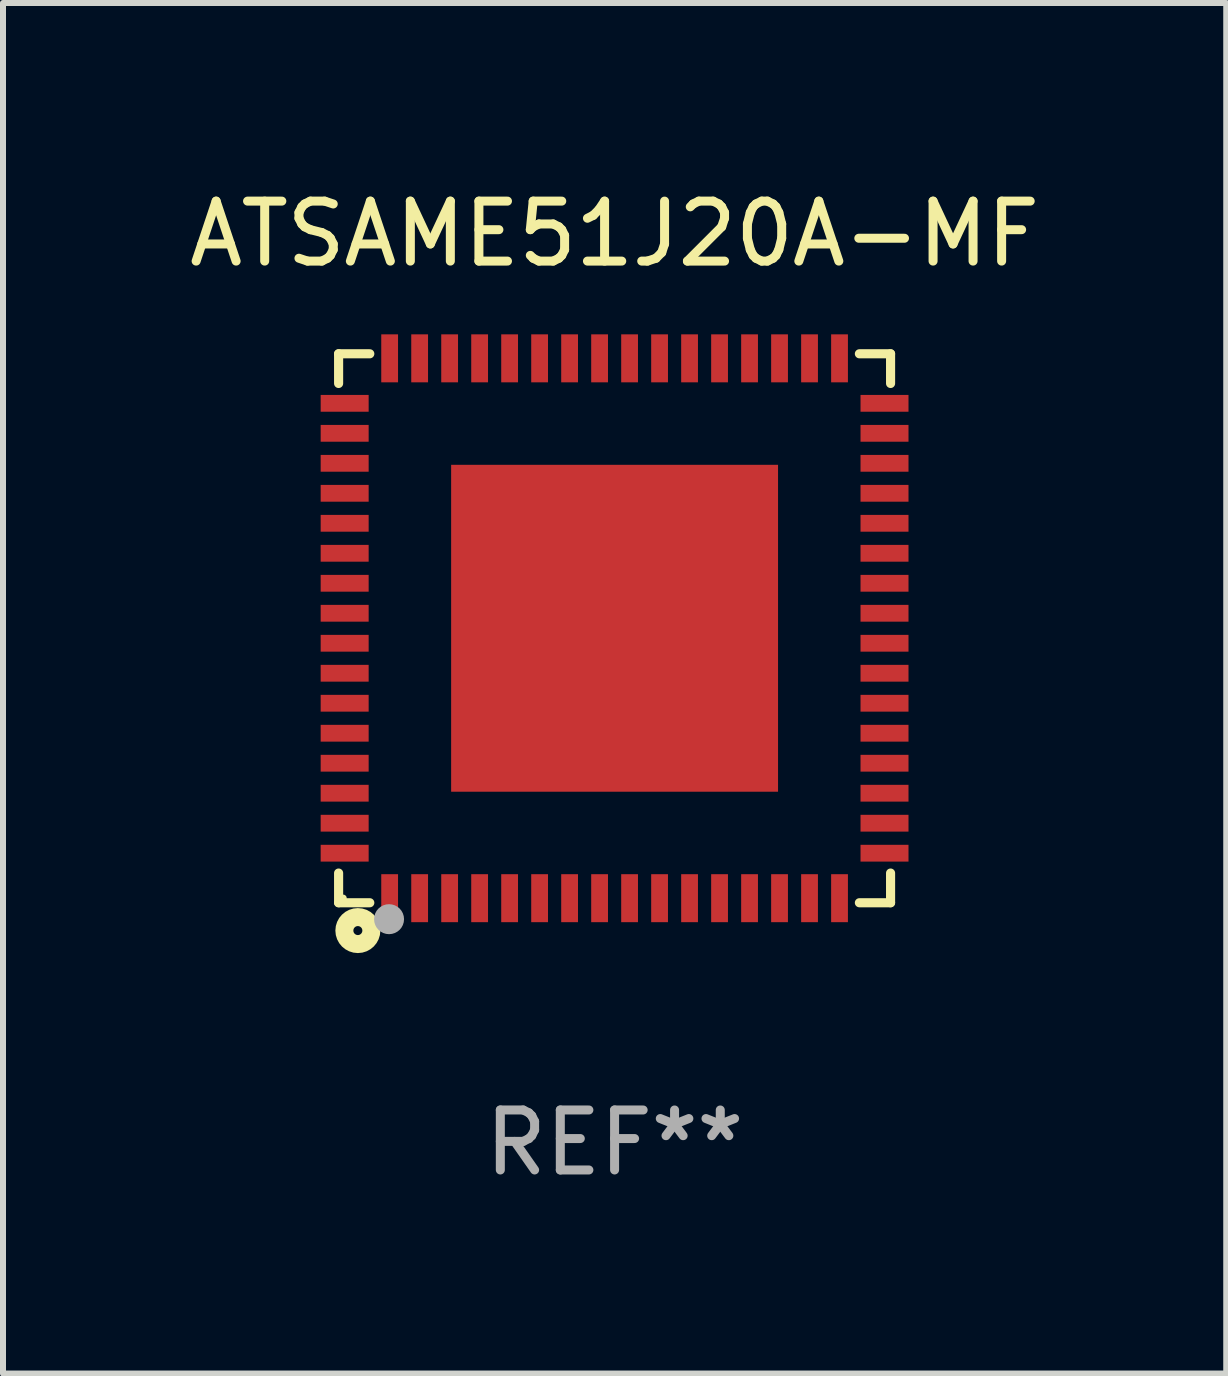
<source format=kicad_pcb>
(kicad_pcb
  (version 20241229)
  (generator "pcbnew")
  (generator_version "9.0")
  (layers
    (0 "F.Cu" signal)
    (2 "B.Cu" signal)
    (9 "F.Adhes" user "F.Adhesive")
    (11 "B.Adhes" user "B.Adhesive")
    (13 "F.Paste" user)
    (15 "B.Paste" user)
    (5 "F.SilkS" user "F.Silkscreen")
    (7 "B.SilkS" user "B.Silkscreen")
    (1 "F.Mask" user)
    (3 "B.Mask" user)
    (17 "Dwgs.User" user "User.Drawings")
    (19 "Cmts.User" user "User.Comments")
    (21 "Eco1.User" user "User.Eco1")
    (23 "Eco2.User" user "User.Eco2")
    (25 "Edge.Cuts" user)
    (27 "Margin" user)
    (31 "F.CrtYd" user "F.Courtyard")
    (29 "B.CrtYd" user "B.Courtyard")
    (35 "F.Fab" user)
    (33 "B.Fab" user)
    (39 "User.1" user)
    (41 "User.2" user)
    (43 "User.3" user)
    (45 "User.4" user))
  (footprint "ATSAME51J20A-MF"
    (layer "F.Cu")
    (at 7.196 7.424)
    (property "Reference" "ATSAME51J20A-MF" (at 0 -6.576 0) (layer "F.SilkS") (effects (font (size 1 1) (thickness 0.15))))
    (attr through_hole)
    (fp_line (start -4.601 -4.576) (end -4.081 -4.576) (stroke (width 0.152) (type solid)) (layer "F.SilkS"))
    (fp_line (start -4.601 -4.081) (end -4.601 -4.576) (stroke (width 0.152) (type solid)) (layer "F.SilkS"))
    (fp_line (start -4.601 4.081) (end -4.601 4.576) (stroke (width 0.152) (type solid)) (layer "F.SilkS"))
    (fp_line (start -4.601 4.576) (end -4.081 4.576) (stroke (width 0.152) (type solid)) (layer "F.SilkS"))
    (fp_line (start 4.601 -4.576) (end 4.081 -4.576) (stroke (width 0.152) (type solid)) (layer "F.SilkS"))
    (fp_line (start 4.601 -4.081) (end 4.601 -4.576) (stroke (width 0.152) (type solid)) (layer "F.SilkS"))
    (fp_line (start 4.601 4.081) (end 4.601 4.576) (stroke (width 0.152) (type solid)) (layer "F.SilkS"))
    (fp_line (start 4.601 4.576) (end 4.081 4.576) (stroke (width 0.152) (type solid)) (layer "F.SilkS"))
    (fp_circle (center -4.525 4.5) (end -4.495 4.5) (stroke (width 0.06) (type solid)) (fill no) (layer "F.SilkS"))
    (fp_circle (center -4.28 5.04) (end -4.205 5.04) (stroke (width 0.3) (type solid)) (fill no) (layer "F.SilkS"))
    (fp_circle (center -3.76 4.85) (end -3.635 4.85) (stroke (width 0.25) (type solid)) (fill no) (layer "F.Fab"))
    (fp_text user "REF**" (at 0 8.576 0) (layer "F.Fab") (effects (font (size 1 1) (thickness 0.15))))
    (pad "1" smd rect (at -3.75 4.5) (size 0.28 0.8) (layers "F.Cu" "F.Mask" "F.Paste"))
    (pad "2" smd rect (at -3.25 4.5) (size 0.28 0.8) (layers "F.Cu" "F.Mask" "F.Paste"))
    (pad "3" smd rect (at -2.75 4.5) (size 0.28 0.8) (layers "F.Cu" "F.Mask" "F.Paste"))
    (pad "4" smd rect (at -2.25 4.5) (size 0.28 0.8) (layers "F.Cu" "F.Mask" "F.Paste"))
    (pad "5" smd rect (at -1.75 4.5) (size 0.28 0.8) (layers "F.Cu" "F.Mask" "F.Paste"))
    (pad "6" smd rect (at -1.25 4.5) (size 0.28 0.8) (layers "F.Cu" "F.Mask" "F.Paste"))
    (pad "7" smd rect (at -0.75 4.5) (size 0.28 0.8) (layers "F.Cu" "F.Mask" "F.Paste"))
    (pad "8" smd rect (at -0.25 4.5) (size 0.28 0.8) (layers "F.Cu" "F.Mask" "F.Paste"))
    (pad "9" smd rect (at 0.25 4.5) (size 0.28 0.8) (layers "F.Cu" "F.Mask" "F.Paste"))
    (pad "10" smd rect (at 0.75 4.5) (size 0.28 0.8) (layers "F.Cu" "F.Mask" "F.Paste"))
    (pad "11" smd rect (at 1.25 4.5) (size 0.28 0.8) (layers "F.Cu" "F.Mask" "F.Paste"))
    (pad "12" smd rect (at 1.75 4.5) (size 0.28 0.8) (layers "F.Cu" "F.Mask" "F.Paste"))
    (pad "13" smd rect (at 2.25 4.5) (size 0.28 0.8) (layers "F.Cu" "F.Mask" "F.Paste"))
    (pad "14" smd rect (at 2.75 4.5) (size 0.28 0.8) (layers "F.Cu" "F.Mask" "F.Paste"))
    (pad "15" smd rect (at 3.25 4.5) (size 0.28 0.8) (layers "F.Cu" "F.Mask" "F.Paste"))
    (pad "16" smd rect (at 3.75 4.5) (size 0.28 0.8) (layers "F.Cu" "F.Mask" "F.Paste"))
    (pad "17" smd rect (at 4.5 3.75) (size 0.8 0.28) (layers "F.Cu" "F.Mask" "F.Paste"))
    (pad "18" smd rect (at 4.5 3.25) (size 0.8 0.28) (layers "F.Cu" "F.Mask" "F.Paste"))
    (pad "19" smd rect (at 4.5 2.75) (size 0.8 0.28) (layers "F.Cu" "F.Mask" "F.Paste"))
    (pad "20" smd rect (at 4.5 2.25) (size 0.8 0.28) (layers "F.Cu" "F.Mask" "F.Paste"))
    (pad "21" smd rect (at 4.5 1.75) (size 0.8 0.28) (layers "F.Cu" "F.Mask" "F.Paste"))
    (pad "22" smd rect (at 4.5 1.25) (size 0.8 0.28) (layers "F.Cu" "F.Mask" "F.Paste"))
    (pad "23" smd rect (at 4.5 0.75) (size 0.8 0.28) (layers "F.Cu" "F.Mask" "F.Paste"))
    (pad "24" smd rect (at 4.5 0.25) (size 0.8 0.28) (layers "F.Cu" "F.Mask" "F.Paste"))
    (pad "25" smd rect (at 4.5 -0.25) (size 0.8 0.28) (layers "F.Cu" "F.Mask" "F.Paste"))
    (pad "26" smd rect (at 4.5 -0.75) (size 0.8 0.28) (layers "F.Cu" "F.Mask" "F.Paste"))
    (pad "27" smd rect (at 4.5 -1.25) (size 0.8 0.28) (layers "F.Cu" "F.Mask" "F.Paste"))
    (pad "28" smd rect (at 4.5 -1.75) (size 0.8 0.28) (layers "F.Cu" "F.Mask" "F.Paste"))
    (pad "29" smd rect (at 4.5 -2.25) (size 0.8 0.28) (layers "F.Cu" "F.Mask" "F.Paste"))
    (pad "30" smd rect (at 4.5 -2.75) (size 0.8 0.28) (layers "F.Cu" "F.Mask" "F.Paste"))
    (pad "31" smd rect (at 4.5 -3.25) (size 0.8 0.28) (layers "F.Cu" "F.Mask" "F.Paste"))
    (pad "32" smd rect (at 4.5 -3.75) (size 0.8 0.28) (layers "F.Cu" "F.Mask" "F.Paste"))
    (pad "33" smd rect (at 3.75 -4.5) (size 0.28 0.8) (layers "F.Cu" "F.Mask" "F.Paste"))
    (pad "34" smd rect (at 3.25 -4.5) (size 0.28 0.8) (layers "F.Cu" "F.Mask" "F.Paste"))
    (pad "35" smd rect (at 2.75 -4.5) (size 0.28 0.8) (layers "F.Cu" "F.Mask" "F.Paste"))
    (pad "36" smd rect (at 2.25 -4.5) (size 0.28 0.8) (layers "F.Cu" "F.Mask" "F.Paste"))
    (pad "37" smd rect (at 1.75 -4.5) (size 0.28 0.8) (layers "F.Cu" "F.Mask" "F.Paste"))
    (pad "38" smd rect (at 1.25 -4.5) (size 0.28 0.8) (layers "F.Cu" "F.Mask" "F.Paste"))
    (pad "39" smd rect (at 0.75 -4.5) (size 0.28 0.8) (layers "F.Cu" "F.Mask" "F.Paste"))
    (pad "40" smd rect (at 0.25 -4.5) (size 0.28 0.8) (layers "F.Cu" "F.Mask" "F.Paste"))
    (pad "41" smd rect (at -0.25 -4.5) (size 0.28 0.8) (layers "F.Cu" "F.Mask" "F.Paste"))
    (pad "42" smd rect (at -0.75 -4.5) (size 0.28 0.8) (layers "F.Cu" "F.Mask" "F.Paste"))
    (pad "43" smd rect (at -1.25 -4.5) (size 0.28 0.8) (layers "F.Cu" "F.Mask" "F.Paste"))
    (pad "44" smd rect (at -1.75 -4.5) (size 0.28 0.8) (layers "F.Cu" "F.Mask" "F.Paste"))
    (pad "45" smd rect (at -2.25 -4.5) (size 0.28 0.8) (layers "F.Cu" "F.Mask" "F.Paste"))
    (pad "46" smd rect (at -2.75 -4.5) (size 0.28 0.8) (layers "F.Cu" "F.Mask" "F.Paste"))
    (pad "47" smd rect (at -3.25 -4.5) (size 0.28 0.8) (layers "F.Cu" "F.Mask" "F.Paste"))
    (pad "48" smd rect (at -3.75 -4.5) (size 0.28 0.8) (layers "F.Cu" "F.Mask" "F.Paste"))
    (pad "49" smd rect (at -4.5 -3.75) (size 0.8 0.28) (layers "F.Cu" "F.Mask" "F.Paste"))
    (pad "50" smd rect (at -4.5 -3.25) (size 0.8 0.28) (layers "F.Cu" "F.Mask" "F.Paste"))
    (pad "51" smd rect (at -4.5 -2.75) (size 0.8 0.28) (layers "F.Cu" "F.Mask" "F.Paste"))
    (pad "52" smd rect (at -4.5 -2.25) (size 0.8 0.28) (layers "F.Cu" "F.Mask" "F.Paste"))
    (pad "53" smd rect (at -4.5 -1.75) (size 0.8 0.28) (layers "F.Cu" "F.Mask" "F.Paste"))
    (pad "54" smd rect (at -4.5 -1.25) (size 0.8 0.28) (layers "F.Cu" "F.Mask" "F.Paste"))
    (pad "55" smd rect (at -4.5 -0.75) (size 0.8 0.28) (layers "F.Cu" "F.Mask" "F.Paste"))
    (pad "56" smd rect (at -4.5 -0.25) (size 0.8 0.28) (layers "F.Cu" "F.Mask" "F.Paste"))
    (pad "57" smd rect (at -4.5 0.25) (size 0.8 0.28) (layers "F.Cu" "F.Mask" "F.Paste"))
    (pad "58" smd rect (at -4.5 0.75) (size 0.8 0.28) (layers "F.Cu" "F.Mask" "F.Paste"))
    (pad "59" smd rect (at -4.5 1.25) (size 0.8 0.28) (layers "F.Cu" "F.Mask" "F.Paste"))
    (pad "60" smd rect (at -4.5 1.75) (size 0.8 0.28) (layers "F.Cu" "F.Mask" "F.Paste"))
    (pad "61" smd rect (at -4.5 2.25) (size 0.8 0.28) (layers "F.Cu" "F.Mask" "F.Paste"))
    (pad "62" smd rect (at -4.5 2.75) (size 0.8 0.28) (layers "F.Cu" "F.Mask" "F.Paste"))
    (pad "63" smd rect (at -4.5 3.25) (size 0.8 0.28) (layers "F.Cu" "F.Mask" "F.Paste"))
    (pad "64" smd rect (at -4.5 3.75) (size 0.8 0.28) (layers "F.Cu" "F.Mask" "F.Paste"))
    (pad "65" smd rect (at 0 0) (size 5.45 5.45) (layers "F.Cu" "F.Mask" "F.Paste")))
  (gr_rect
    (start -3 -3)
    (end 17.393 19.849)
    (stroke (width 0.1) (type default))
    (fill no)
    (layer "Edge.Cuts")))
</source>
